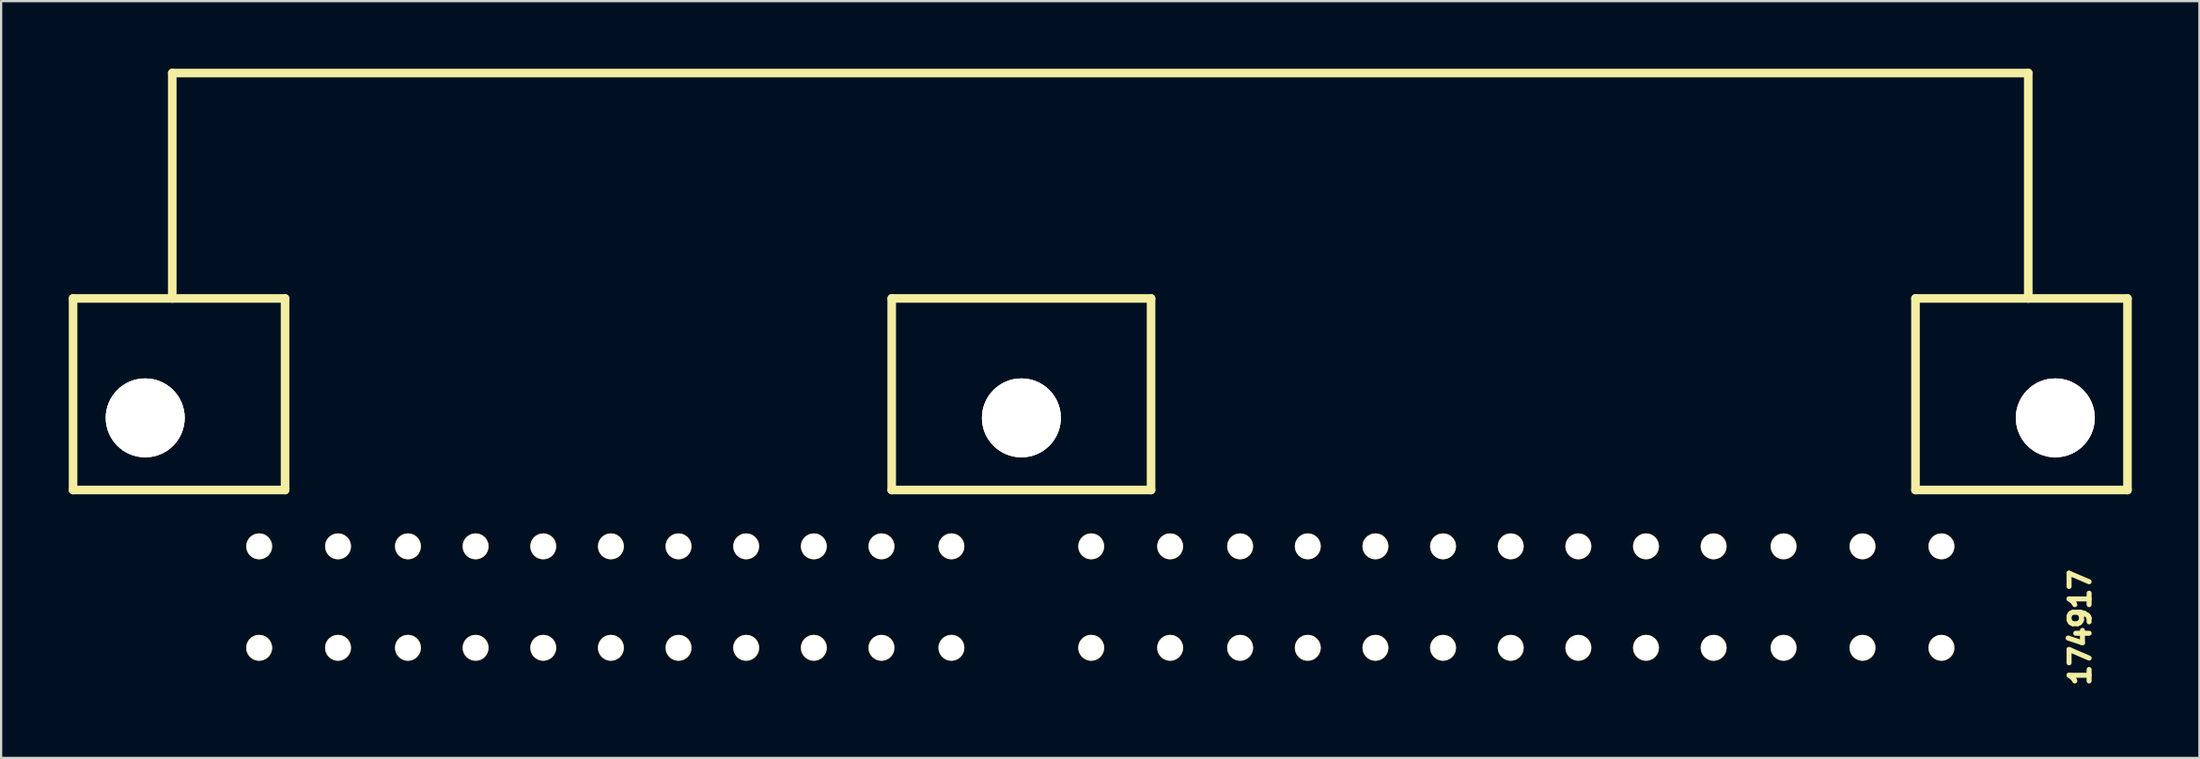
<source format=kicad_pcb>
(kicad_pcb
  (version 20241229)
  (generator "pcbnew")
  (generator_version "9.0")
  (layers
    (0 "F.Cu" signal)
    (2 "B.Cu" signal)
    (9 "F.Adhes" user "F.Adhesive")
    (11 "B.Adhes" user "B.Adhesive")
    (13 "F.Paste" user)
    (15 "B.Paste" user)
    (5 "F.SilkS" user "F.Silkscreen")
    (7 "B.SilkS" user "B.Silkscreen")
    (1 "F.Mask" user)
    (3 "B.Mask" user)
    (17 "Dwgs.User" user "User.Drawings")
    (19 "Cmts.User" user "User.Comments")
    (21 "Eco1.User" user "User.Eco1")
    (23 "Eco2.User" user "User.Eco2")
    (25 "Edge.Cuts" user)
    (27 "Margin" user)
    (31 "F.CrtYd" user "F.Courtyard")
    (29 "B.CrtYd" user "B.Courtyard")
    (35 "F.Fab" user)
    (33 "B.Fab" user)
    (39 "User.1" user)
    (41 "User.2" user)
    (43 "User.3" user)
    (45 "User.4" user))
  (footprint "174917"
    (layer "F.Cu")
    (at 8.44 25.69)
    (property "Reference" "174917" (at 80.754 -0.899 90) (layer "F.SilkS") (effects (font (size 0.889 0.889) (thickness 0.222))))
    (attr through_hole)
    (fp_line (start -8.25 -15.499) (end 1.151 -15.499) (stroke (width 0.381) (type solid)) (layer "F.SilkS"))
    (fp_line (start -8.25 -7) (end -8.25 -15.499) (stroke (width 0.381) (type solid)) (layer "F.SilkS"))
    (fp_line (start -8.25 -7) (end 1.151 -7) (stroke (width 0.381) (type solid)) (layer "F.SilkS"))
    (fp_line (start -3.851 -25.499) (end -3.851 -15.499) (stroke (width 0.381) (type solid)) (layer "F.SilkS"))
    (fp_line (start -3.851 -25.499) (end 78.456 -25.499) (stroke (width 0.381) (type solid)) (layer "F.SilkS"))
    (fp_line (start 1.151 -7) (end 1.151 -15.499) (stroke (width 0.381) (type solid)) (layer "F.SilkS"))
    (fp_line (start 28.054 -7) (end 28.054 -15.499) (stroke (width 0.381) (type solid)) (layer "F.SilkS"))
    (fp_line (start 39.555 -15.499) (end 28.054 -15.499) (stroke (width 0.381) (type solid)) (layer "F.SilkS"))
    (fp_line (start 39.555 -15.499) (end 39.555 -7) (stroke (width 0.381) (type solid)) (layer "F.SilkS"))
    (fp_line (start 39.555 -7) (end 28.054 -7) (stroke (width 0.381) (type solid)) (layer "F.SilkS"))
    (fp_line (start 73.454 -15.499) (end 82.855 -15.499) (stroke (width 0.381) (type solid)) (layer "F.SilkS"))
    (fp_line (start 73.454 -7) (end 73.454 -15.499) (stroke (width 0.381) (type solid)) (layer "F.SilkS"))
    (fp_line (start 78.456 -25.499) (end 78.456 -15.499) (stroke (width 0.381) (type solid)) (layer "F.SilkS"))
    (fp_line (start 82.855 -15.499) (end 82.855 -7) (stroke (width 0.381) (type solid)) (layer "F.SilkS"))
    (fp_line (start 82.855 -7) (end 73.454 -7) (stroke (width 0.381) (type solid)) (layer "F.SilkS"))
    (pad "" thru_hole circle (at -5.05 -10.201) (size 3.5 3.5) (drill 3.5) (layers "*.Cu" "*.Mask" "F.SilkS"))
    (pad "" thru_hole circle (at 33.805 -10.201) (size 3.5 3.5) (drill 3.5) (layers "*.Cu" "*.Mask" "F.SilkS"))
    (pad "" thru_hole circle (at 79.654 -10.201) (size 3.5 3.5) (drill 3.5) (layers "*.Cu" "*.Mask" "F.SilkS"))
    (pad "1" thru_hole circle (at 74.605 0) (size 1.151 1.151) (drill 1.1) (layers "*.Cu" "*.Mask" "F.SilkS"))
    (pad "2" thru_hole circle (at 71.105 0) (size 1.151 1.151) (drill 1.1) (layers "*.Cu" "*.Mask" "F.SilkS"))
    (pad "3" thru_hole circle (at 67.605 0) (size 1.151 1.151) (drill 1.1) (layers "*.Cu" "*.Mask" "F.SilkS"))
    (pad "4" thru_hole circle (at 40.401 0) (size 1.151 1.151) (drill 1.1) (layers "*.Cu" "*.Mask" "F.SilkS"))
    (pad "5" thru_hole circle (at 36.901 0) (size 1.151 1.151) (drill 1.1) (layers "*.Cu" "*.Mask" "F.SilkS"))
    (pad "6" thru_hole circle (at 74.605 -4.501 180) (size 1.151 1.151) (drill 1.1) (layers "*.Cu" "*.Mask" "F.SilkS"))
    (pad "7" thru_hole circle (at 71.105 -4.501 180) (size 1.151 1.151) (drill 1.1) (layers "*.Cu" "*.Mask" "F.SilkS"))
    (pad "8" thru_hole circle (at 67.605 -4.501 180) (size 1.151 1.151) (drill 1.1) (layers "*.Cu" "*.Mask" "F.SilkS"))
    (pad "9" thru_hole circle (at 40.401 -4.501 180) (size 1.151 1.151) (drill 1.1) (layers "*.Cu" "*.Mask" "F.SilkS"))
    (pad "10" thru_hole circle (at 36.901 -4.501 180) (size 1.151 1.151) (drill 1.1) (layers "*.Cu" "*.Mask" "F.SilkS"))
    (pad "11" thru_hole circle (at 30.701 0) (size 1.151 1.151) (drill 1.1) (layers "*.Cu" "*.Mask" "F.SilkS"))
    (pad "12" thru_hole circle (at 3.5 0) (size 1.151 1.151) (drill 1.1) (layers "*.Cu" "*.Mask" "F.SilkS"))
    (pad "13" thru_hole circle (at 0.003 0) (size 1.151 1.151) (drill 1.1) (layers "*.Cu" "*.Mask" "F.SilkS"))
    (pad "14" thru_hole circle (at 30.701 -4.501 180) (size 1.151 1.151) (drill 1.1) (layers "*.Cu" "*.Mask" "F.SilkS"))
    (pad "15" thru_hole circle (at 3.5 -4.501 180) (size 1.151 1.151) (drill 1.1) (layers "*.Cu" "*.Mask" "F.SilkS"))
    (pad "16" thru_hole circle (at 0.003 -4.501 180) (size 1.151 1.151) (drill 1.1) (layers "*.Cu" "*.Mask" "F.SilkS"))
    (pad "17" thru_hole circle (at 64.503 0) (size 1.151 1.151) (drill 1.1) (layers "*.Cu" "*.Mask" "F.SilkS"))
    (pad "18" thru_hole circle (at 61.504 0) (size 1.151 1.151) (drill 1.1) (layers "*.Cu" "*.Mask" "F.SilkS"))
    (pad "19" thru_hole circle (at 58.504 0) (size 1.151 1.151) (drill 1.1) (layers "*.Cu" "*.Mask" "F.SilkS"))
    (pad "20" thru_hole circle (at 55.504 0) (size 1.151 1.151) (drill 1.1) (layers "*.Cu" "*.Mask" "F.SilkS"))
    (pad "21" thru_hole circle (at 52.504 0) (size 1.151 1.151) (drill 1.1) (layers "*.Cu" "*.Mask" "F.SilkS"))
    (pad "22" thru_hole circle (at 49.505 0) (size 1.151 1.151) (drill 1.1) (layers "*.Cu" "*.Mask" "F.SilkS"))
    (pad "23" thru_hole circle (at 46.505 0) (size 1.151 1.151) (drill 1.1) (layers "*.Cu" "*.Mask" "F.SilkS"))
    (pad "24" thru_hole circle (at 43.505 0) (size 1.151 1.151) (drill 1.1) (layers "*.Cu" "*.Mask" "F.SilkS"))
    (pad "25" thru_hole circle (at 64.503 -4.501 180) (size 1.151 1.151) (drill 1.1) (layers "*.Cu" "*.Mask" "F.SilkS"))
    (pad "26" thru_hole circle (at 61.504 -4.501 180) (size 1.151 1.151) (drill 1.1) (layers "*.Cu" "*.Mask" "F.SilkS"))
    (pad "27" thru_hole circle (at 58.504 -4.501 180) (size 1.151 1.151) (drill 1.1) (layers "*.Cu" "*.Mask" "F.SilkS"))
    (pad "28" thru_hole circle (at 55.504 -4.501 180) (size 1.151 1.151) (drill 1.1) (layers "*.Cu" "*.Mask" "F.SilkS"))
    (pad "29" thru_hole circle (at 52.504 -4.501 180) (size 1.151 1.151) (drill 1.1) (layers "*.Cu" "*.Mask" "F.SilkS"))
    (pad "30" thru_hole circle (at 49.505 -4.501 180) (size 1.151 1.151) (drill 1.1) (layers "*.Cu" "*.Mask" "F.SilkS"))
    (pad "31" thru_hole circle (at 46.505 -4.501 180) (size 1.151 1.151) (drill 1.1) (layers "*.Cu" "*.Mask" "F.SilkS"))
    (pad "32" thru_hole circle (at 43.505 -4.501 180) (size 1.151 1.151) (drill 1.1) (layers "*.Cu" "*.Mask" "F.SilkS"))
    (pad "33" thru_hole circle (at 27.6 0) (size 1.151 1.151) (drill 1.1) (layers "*.Cu" "*.Mask" "F.SilkS"))
    (pad "34" thru_hole circle (at 24.6 0) (size 1.151 1.151) (drill 1.1) (layers "*.Cu" "*.Mask" "F.SilkS"))
    (pad "35" thru_hole circle (at 21.6 0) (size 1.151 1.151) (drill 1.1) (layers "*.Cu" "*.Mask" "F.SilkS"))
    (pad "36" thru_hole circle (at 18.6 0) (size 1.151 1.151) (drill 1.1) (layers "*.Cu" "*.Mask" "F.SilkS"))
    (pad "37" thru_hole circle (at 15.601 0) (size 1.151 1.151) (drill 1.1) (layers "*.Cu" "*.Mask" "F.SilkS"))
    (pad "38" thru_hole circle (at 12.601 0) (size 1.151 1.151) (drill 1.1) (layers "*.Cu" "*.Mask" "F.SilkS"))
    (pad "39" thru_hole circle (at 9.601 0) (size 1.151 1.151) (drill 1.1) (layers "*.Cu" "*.Mask" "F.SilkS"))
    (pad "40" thru_hole circle (at 6.601 0) (size 1.151 1.151) (drill 1.1) (layers "*.Cu" "*.Mask" "F.SilkS"))
    (pad "41" thru_hole circle (at 27.6 -4.501 180) (size 1.151 1.151) (drill 1.1) (layers "*.Cu" "*.Mask" "F.SilkS"))
    (pad "42" thru_hole circle (at 24.6 -4.501 180) (size 1.151 1.151) (drill 1.1) (layers "*.Cu" "*.Mask" "F.SilkS"))
    (pad "43" thru_hole circle (at 21.6 -4.501 180) (size 1.151 1.151) (drill 1.1) (layers "*.Cu" "*.Mask" "F.SilkS"))
    (pad "44" thru_hole circle (at 18.6 -4.501 180) (size 1.151 1.151) (drill 1.1) (layers "*.Cu" "*.Mask" "F.SilkS"))
    (pad "45" thru_hole circle (at 15.601 -4.501 180) (size 1.151 1.151) (drill 1.1) (layers "*.Cu" "*.Mask" "F.SilkS"))
    (pad "46" thru_hole circle (at 12.601 -4.501 180) (size 1.151 1.151) (drill 1.1) (layers "*.Cu" "*.Mask" "F.SilkS"))
    (pad "47" thru_hole circle (at 9.601 -4.501 180) (size 1.151 1.151) (drill 1.1) (layers "*.Cu" "*.Mask" "F.SilkS"))
    (pad "48" thru_hole circle (at 6.601 -4.501 180) (size 1.151 1.151) (drill 1.1) (layers "*.Cu" "*.Mask" "F.SilkS")))
  (gr_rect
    (start -3 -3)
    (end 94.486 30.575)
    (stroke (width 0.1) (type default))
    (fill no)
    (layer "Edge.Cuts")))
</source>
